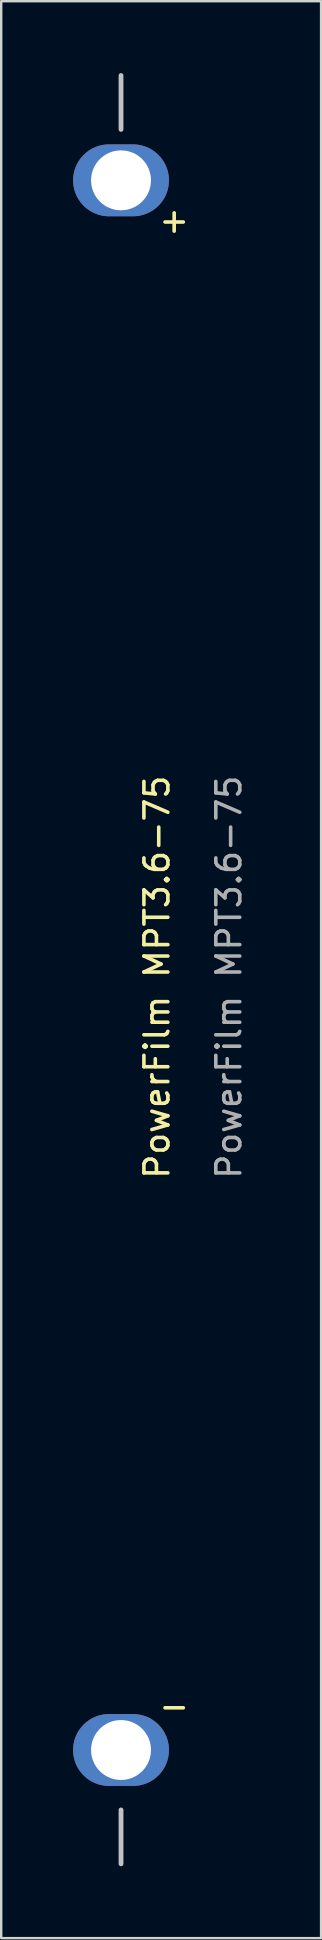
<source format=kicad_pcb>
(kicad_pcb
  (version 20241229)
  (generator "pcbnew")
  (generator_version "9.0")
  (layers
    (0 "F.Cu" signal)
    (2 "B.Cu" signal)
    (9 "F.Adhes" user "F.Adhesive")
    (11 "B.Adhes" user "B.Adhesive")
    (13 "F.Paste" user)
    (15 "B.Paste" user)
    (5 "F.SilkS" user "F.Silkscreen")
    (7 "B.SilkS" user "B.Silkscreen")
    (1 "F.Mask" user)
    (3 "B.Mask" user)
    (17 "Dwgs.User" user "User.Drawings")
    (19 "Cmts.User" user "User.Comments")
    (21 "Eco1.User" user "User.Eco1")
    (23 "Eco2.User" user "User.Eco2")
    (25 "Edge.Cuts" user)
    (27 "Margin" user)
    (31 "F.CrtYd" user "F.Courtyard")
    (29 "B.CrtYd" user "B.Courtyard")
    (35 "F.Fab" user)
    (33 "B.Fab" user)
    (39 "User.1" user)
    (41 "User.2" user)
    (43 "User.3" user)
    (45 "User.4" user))
  (footprint "PowerFilm MPT3.6-75"
    (layer "F.Cu")
    (at 2 37.225)
    (property "Reference" "PowerFilm MPT3.6-75" (at 1.5 0.5 90) (unlocked yes) (layer "F.SilkS") (effects (font (size 1 1) (thickness 0.15))))
    (attr through_hole)
    (fp_line (start 0 -37.125) (end 0 -34.875) (stroke (width 0.2) (type default)) (layer "Dwgs.User"))
    (fp_line (start 0 35.25) (end 0 37.5) (stroke (width 0.2) (type default)) (layer "Dwgs.User"))
    (fp_text user "+" (at 1.5 -30.5 0) (unlocked yes) (layer "F.SilkS") (effects (font (size 1 1) (thickness 0.15)) (justify left bottom)))
    (fp_text user "-" (at 1.5 31.5 0) (unlocked yes) (layer "F.SilkS") (effects (font (size 1 1) (thickness 0.15)) (justify left bottom)))
    (fp_text user "${REFERENCE}" (at 4.5 0.5 90) (unlocked yes) (layer "F.Fab") (effects (font (size 1 1) (thickness 0.15))))
    (pad "1" thru_hole oval (at 0 -32.75) (size 4 3) (drill 2.5) (layers "*.Cu" "*.Mask"))
    (pad "2" thru_hole oval (at 0 32.75) (size 4 3) (drill 2.5) (layers "*.Cu" "*.Mask")))
  (gr_rect
    (start -3 -3)
    (end 10.348 77.825)
    (stroke (width 0.1) (type default))
    (fill no)
    (layer "Edge.Cuts")))
</source>
